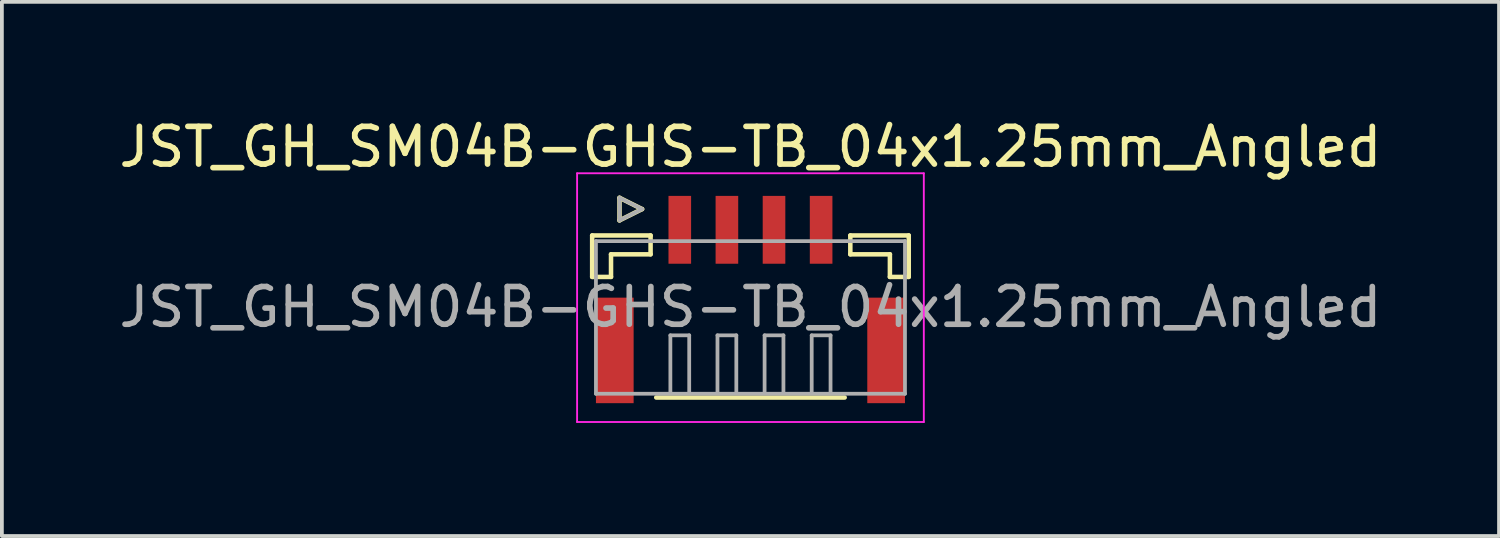
<source format=kicad_pcb>
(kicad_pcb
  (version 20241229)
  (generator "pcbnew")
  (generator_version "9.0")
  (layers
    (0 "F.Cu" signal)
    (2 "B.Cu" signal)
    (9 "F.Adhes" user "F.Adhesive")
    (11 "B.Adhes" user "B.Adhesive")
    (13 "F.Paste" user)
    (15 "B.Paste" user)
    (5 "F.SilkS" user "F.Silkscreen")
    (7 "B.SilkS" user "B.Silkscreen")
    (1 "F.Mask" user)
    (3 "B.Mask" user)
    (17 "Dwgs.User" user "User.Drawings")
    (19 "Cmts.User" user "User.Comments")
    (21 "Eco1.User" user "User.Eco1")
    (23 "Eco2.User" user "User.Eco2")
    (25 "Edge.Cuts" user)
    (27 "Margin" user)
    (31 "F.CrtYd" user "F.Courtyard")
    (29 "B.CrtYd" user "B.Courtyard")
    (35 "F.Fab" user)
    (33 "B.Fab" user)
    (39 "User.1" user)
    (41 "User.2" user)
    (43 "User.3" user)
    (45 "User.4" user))
  (footprint "JST_GH_SM04B-GHS-TB_04x1.25mm_Angled"
    (layer "F.Cu")
    (at 16.863 4.648)
    (property "Reference" "JST_GH_SM04B-GHS-TB_04x1.25mm_Angled" (at 0 -3.8 0) (layer "F.SilkS") (effects (font (size 1 1) (thickness 0.15))))
    (attr smd)
    (fp_line (start -4.2 -1.45) (end -2.65 -1.45) (stroke (width 0.12) (type solid)) (layer "F.SilkS"))
    (fp_line (start -4.2 -0.35) (end -4.2 -1.45) (stroke (width 0.12) (type solid)) (layer "F.SilkS"))
    (fp_line (start -3.7 -0.95) (end -3.7 -0.35) (stroke (width 0.12) (type solid)) (layer "F.SilkS"))
    (fp_line (start -3.7 -0.35) (end -4.2 -0.35) (stroke (width 0.12) (type solid)) (layer "F.SilkS"))
    (fp_line (start -3.475 -2.45) (end -3.475 -1.85) (stroke (width 0.12) (type solid)) (layer "F.SilkS"))
    (fp_line (start -3.475 -1.85) (end -2.875 -2.15) (stroke (width 0.12) (type solid)) (layer "F.SilkS"))
    (fp_line (start -2.875 -2.15) (end -3.475 -2.45) (stroke (width 0.12) (type solid)) (layer "F.SilkS"))
    (fp_line (start -2.65 -1.45) (end -2.65 -0.95) (stroke (width 0.12) (type solid)) (layer "F.SilkS"))
    (fp_line (start -2.65 -0.95) (end -3.7 -0.95) (stroke (width 0.12) (type solid)) (layer "F.SilkS"))
    (fp_line (start -2.5 2.85) (end 2.5 2.85) (stroke (width 0.12) (type solid)) (layer "F.SilkS"))
    (fp_line (start 2.65 -1.45) (end 2.65 -0.95) (stroke (width 0.12) (type solid)) (layer "F.SilkS"))
    (fp_line (start 2.65 -0.95) (end 3.7 -0.95) (stroke (width 0.12) (type solid)) (layer "F.SilkS"))
    (fp_line (start 3.7 -0.95) (end 3.7 -0.35) (stroke (width 0.12) (type solid)) (layer "F.SilkS"))
    (fp_line (start 3.7 -0.35) (end 4.2 -0.35) (stroke (width 0.12) (type solid)) (layer "F.SilkS"))
    (fp_line (start 4.2 -1.45) (end 2.65 -1.45) (stroke (width 0.12) (type solid)) (layer "F.SilkS"))
    (fp_line (start 4.2 -0.35) (end 4.2 -1.45) (stroke (width 0.12) (type solid)) (layer "F.SilkS"))
    (fp_line (start -4.6 -3.1) (end -4.6 3.5) (stroke (width 0.05) (type solid)) (layer "F.CrtYd"))
    (fp_line (start -4.6 3.5) (end 4.6 3.5) (stroke (width 0.05) (type solid)) (layer "F.CrtYd"))
    (fp_line (start 4.6 -3.1) (end -4.6 -3.1) (stroke (width 0.05) (type solid)) (layer "F.CrtYd"))
    (fp_line (start 4.6 3.5) (end 4.6 -3.1) (stroke (width 0.05) (type solid)) (layer "F.CrtYd"))
    (fp_line (start -4.1 -1.3) (end -4.1 2.75) (stroke (width 0.1) (type solid)) (layer "F.Fab"))
    (fp_line (start -4.1 2.75) (end 4.1 2.75) (stroke (width 0.1) (type solid)) (layer "F.Fab"))
    (fp_line (start -3.475 -2.45) (end -3.475 -1.85) (stroke (width 0.1) (type solid)) (layer "F.Fab"))
    (fp_line (start -3.475 -1.85) (end -2.875 -2.15) (stroke (width 0.1) (type solid)) (layer "F.Fab"))
    (fp_line (start -2.875 -2.15) (end -3.475 -2.45) (stroke (width 0.1) (type solid)) (layer "F.Fab"))
    (fp_line (start -2.125 1.2) (end -1.625 1.2) (stroke (width 0.1) (type solid)) (layer "F.Fab"))
    (fp_line (start -2.125 2.7) (end -2.125 1.2) (stroke (width 0.1) (type solid)) (layer "F.Fab"))
    (fp_line (start -1.625 1.2) (end -1.625 2.7) (stroke (width 0.1) (type solid)) (layer "F.Fab"))
    (fp_line (start -0.875 1.2) (end -0.375 1.2) (stroke (width 0.1) (type solid)) (layer "F.Fab"))
    (fp_line (start -0.875 2.7) (end -0.875 1.2) (stroke (width 0.1) (type solid)) (layer "F.Fab"))
    (fp_line (start -0.375 1.2) (end -0.375 2.7) (stroke (width 0.1) (type solid)) (layer "F.Fab"))
    (fp_line (start 0.375 1.2) (end 0.875 1.2) (stroke (width 0.1) (type solid)) (layer "F.Fab"))
    (fp_line (start 0.375 2.7) (end 0.375 1.2) (stroke (width 0.1) (type solid)) (layer "F.Fab"))
    (fp_line (start 0.875 1.2) (end 0.875 2.7) (stroke (width 0.1) (type solid)) (layer "F.Fab"))
    (fp_line (start 1.625 1.2) (end 2.125 1.2) (stroke (width 0.1) (type solid)) (layer "F.Fab"))
    (fp_line (start 1.625 2.7) (end 1.625 1.2) (stroke (width 0.1) (type solid)) (layer "F.Fab"))
    (fp_line (start 2.125 1.2) (end 2.125 2.7) (stroke (width 0.1) (type solid)) (layer "F.Fab"))
    (fp_line (start 4.1 -1.3) (end -4.1 -1.3) (stroke (width 0.1) (type solid)) (layer "F.Fab"))
    (fp_line (start 4.1 2.75) (end 4.1 -1.3) (stroke (width 0.1) (type solid)) (layer "F.Fab"))
    (fp_text user "${REFERENCE}" (at 0 0.45 0) (layer "F.Fab") (effects (font (size 1 1) (thickness 0.15))))
    (pad "" smd rect (at -3.6 1.6) (size 1 2.8) (layers "F.Cu" "F.Mask" "F.Paste"))
    (pad "" smd rect (at 3.6 1.6) (size 1 2.8) (layers "F.Cu" "F.Mask" "F.Paste"))
    (pad "1" smd rect (at -1.875 -1.6) (size 0.6 1.8) (layers "F.Cu" "F.Mask" "F.Paste"))
    (pad "2" smd rect (at -0.625 -1.6) (size 0.6 1.8) (layers "F.Cu" "F.Mask" "F.Paste"))
    (pad "3" smd rect (at 0.625 -1.6) (size 0.6 1.8) (layers "F.Cu" "F.Mask" "F.Paste"))
    (pad "4" smd rect (at 1.875 -1.6) (size 0.6 1.8) (layers "F.Cu" "F.Mask" "F.Paste")))
  (gr_rect
    (start -3 -3)
    (end 36.726 11.173)
    (stroke (width 0.1) (type default))
    (fill no)
    (layer "Edge.Cuts")))
</source>
